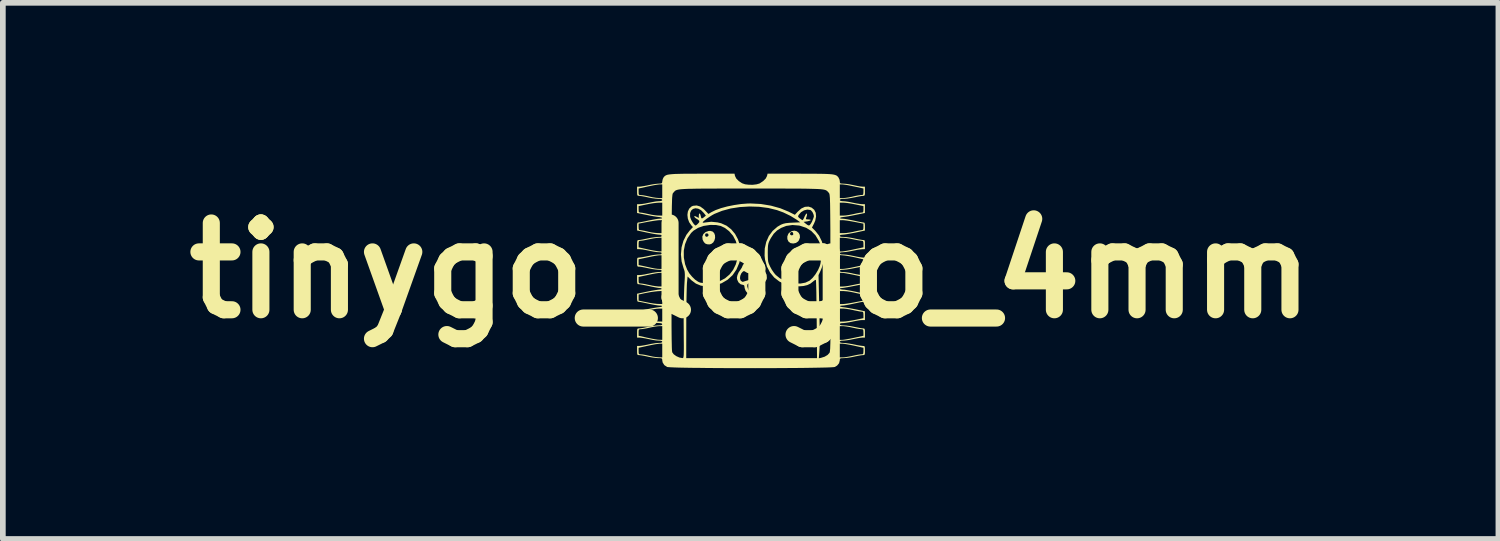
<source format=kicad_pcb>
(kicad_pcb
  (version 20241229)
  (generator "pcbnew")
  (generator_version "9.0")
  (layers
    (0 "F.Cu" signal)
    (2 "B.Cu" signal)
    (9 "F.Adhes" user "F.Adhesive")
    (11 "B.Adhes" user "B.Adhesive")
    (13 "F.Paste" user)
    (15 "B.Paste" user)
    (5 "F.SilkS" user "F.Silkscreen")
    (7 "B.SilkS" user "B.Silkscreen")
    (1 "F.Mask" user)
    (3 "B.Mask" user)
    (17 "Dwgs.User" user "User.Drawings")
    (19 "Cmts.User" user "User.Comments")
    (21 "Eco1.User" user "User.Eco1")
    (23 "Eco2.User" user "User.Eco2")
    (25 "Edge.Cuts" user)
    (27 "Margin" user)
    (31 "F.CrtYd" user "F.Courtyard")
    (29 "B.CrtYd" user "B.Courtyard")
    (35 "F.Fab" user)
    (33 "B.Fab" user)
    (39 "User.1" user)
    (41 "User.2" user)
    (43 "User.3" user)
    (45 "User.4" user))
  (footprint "tinygo_logo_4mm"
    (layer "F.Cu")
    (at 10.131 1.7)
    (property "Reference" "tinygo_logo_4mm" (at 0 0 0) (layer "F.SilkS") (effects (font (size 1.524 1.524) (thickness 0.3))))
    (attr board_only exclude_from_pos_files exclude_from_bom)
    (fp_poly (pts (xy 0.811 -0.689) (xy 0.844 -0.662) (xy 0.863 -0.625) (xy 0.866 -0.579) (xy 0.848 -0.531) (xy 0.833 -0.51) (xy 0.796 -0.484) (xy 0.748 -0.474) (xy 0.701 -0.481) (xy 0.7 -0.481) (xy 0.664 -0.509) (xy 0.645 -0.551) (xy 0.644 -0.598) (xy 0.661 -0.643) (xy 0.663 -0.646) (xy 0.69 -0.646) (xy 0.699 -0.625) (xy 0.724 -0.616) (xy 0.746 -0.626) (xy 0.749 -0.642) (xy 0.741 -0.67) (xy 0.721 -0.678) (xy 0.703 -0.669) (xy 0.69 -0.646) (xy 0.663 -0.646) (xy 0.677 -0.662) (xy 0.724 -0.693) (xy 0.77 -0.7)) (stroke (width 0) (type solid)) (fill yes) (layer "F.SilkS"))
    (fp_poly (pts (xy -0.669 -0.685) (xy -0.641 -0.658) (xy -0.626 -0.619) (xy -0.624 -0.574) (xy -0.635 -0.53) (xy -0.657 -0.492) (xy -0.692 -0.466) (xy -0.724 -0.458) (xy -0.765 -0.461) (xy -0.799 -0.475) (xy -0.823 -0.502) (xy -0.842 -0.539) (xy -0.843 -0.541) (xy -0.848 -0.594) (xy -0.837 -0.622) (xy -0.801 -0.622) (xy -0.792 -0.6) (xy -0.771 -0.591) (xy -0.766 -0.591) (xy -0.744 -0.607) (xy -0.739 -0.619) (xy -0.745 -0.642) (xy -0.765 -0.653) (xy -0.789 -0.648) (xy -0.792 -0.645) (xy -0.801 -0.622) (xy -0.837 -0.622) (xy -0.83 -0.64) (xy -0.793 -0.674) (xy -0.741 -0.693) (xy -0.711 -0.696)) (stroke (width 0) (type solid)) (fill yes) (layer "F.SilkS"))
    (fp_poly (pts (xy 0.063 -0.158) (xy 0.109 -0.145) (xy 0.144 -0.126) (xy 0.16 -0.104) (xy 0.161 -0.1) (xy 0.17 -0.08) (xy 0.193 -0.052) (xy 0.206 -0.039) (xy 0.254 0.016) (xy 0.281 0.075) (xy 0.285 0.133) (xy 0.28 0.156) (xy 0.254 0.201) (xy 0.215 0.225) (xy 0.19 0.228) (xy 0.173 0.233) (xy 0.163 0.252) (xy 0.155 0.292) (xy 0.155 0.294) (xy 0.144 0.344) (xy 0.123 0.377) (xy 0.112 0.387) (xy 0.072 0.406) (xy 0.023 0.414) (xy -0.024 0.411) (xy -0.055 0.398) (xy -0.088 0.357) (xy -0.106 0.306) (xy -0.107 0.289) (xy -0.112 0.268) (xy -0.06 0.268) (xy -0.058 0.285) (xy -0.044 0.33) (xy -0.026 0.357) (xy -0.008 0.363) (xy 0.007 0.348) (xy 0.013 0.31) (xy 0.013 0.304) (xy 0.011 0.279) (xy 0.04 0.279) (xy 0.042 0.328) (xy 0.048 0.354) (xy 0.059 0.361) (xy 0.083 0.352) (xy 0.09 0.345) (xy 0.1 0.323) (xy 0.108 0.29) (xy 0.114 0.255) (xy 0.115 0.226) (xy 0.111 0.214) (xy 0.111 0.214) (xy 0.091 0.211) (xy 0.07 0.206) (xy 0.054 0.203) (xy 0.045 0.21) (xy 0.041 0.231) (xy 0.04 0.274) (xy 0.04 0.279) (xy 0.011 0.279) (xy 0.009 0.253) (xy -0.002 0.225) (xy -0.023 0.22) (xy -0.038 0.226) (xy -0.057 0.243) (xy -0.06 0.268) (xy -0.112 0.268) (xy -0.114 0.261) (xy -0.127 0.254) (xy -0.175 0.242) (xy -0.213 0.209) (xy -0.236 0.161) (xy -0.24 0.135) (xy -0.187 0.135) (xy -0.178 0.171) (xy -0.164 0.186) (xy -0.145 0.197) (xy -0.141 0.2) (xy -0.129 0.197) (xy -0.098 0.187) (xy -0.058 0.175) (xy -0.007 0.16) (xy 0.035 0.155) (xy 0.082 0.159) (xy 0.112 0.163) (xy 0.173 0.17) (xy 0.213 0.165) (xy 0.234 0.147) (xy 0.241 0.116) (xy 0.241 0.115) (xy 0.234 0.081) (xy 0.216 0.045) (xy 0.192 0.015) (xy 0.167 -0.006) (xy 0.145 -0.011) (xy 0.136 -0.005) (xy 0.099 0.029) (xy 0.047 0.048) (xy -0.009 0.053) (xy -0.061 0.041) (xy -0.083 0.028) (xy -0.109 0.012) (xy -0.131 0.014) (xy -0.154 0.038) (xy -0.165 0.053) (xy -0.182 0.093) (xy -0.187 0.135) (xy -0.24 0.135) (xy -0.241 0.126) (xy -0.232 0.082) (xy -0.21 0.032) (xy -0.178 -0.015) (xy -0.174 -0.02) (xy -0.153 -0.054) (xy -0.142 -0.083) (xy -0.12 -0.12) (xy -0.078 -0.147) (xy -0.02 -0.162) (xy 0.013 -0.164)) (stroke (width 0) (type solid)) (fill yes) (layer "F.SilkS"))
    (fp_poly (pts (xy -0.275 -1.661) (xy -0.253 -1.616) (xy -0.209 -1.571) (xy -0.149 -1.531) (xy -0.147 -1.531) (xy -0.098 -1.514) (xy -0.033 -1.506) (xy 0.038 -1.505) (xy 0.104 -1.513) (xy 0.156 -1.528) (xy 0.161 -1.531) (xy 0.221 -1.571) (xy 0.265 -1.615) (xy 0.288 -1.66) (xy 0.288 -1.661) (xy 0.297 -1.7) (xy 0.865 -1.7) (xy 1.011 -1.699) (xy 1.133 -1.699) (xy 1.234 -1.698) (xy 1.315 -1.696) (xy 1.378 -1.693) (xy 1.427 -1.689) (xy 1.464 -1.683) (xy 1.491 -1.675) (xy 1.511 -1.666) (xy 1.526 -1.653) (xy 1.538 -1.639) (xy 1.544 -1.631) (xy 1.561 -1.594) (xy 1.566 -1.563) (xy 1.568 -1.54) (xy 1.578 -1.529) (xy 1.604 -1.526) (xy 1.629 -1.525) (xy 1.673 -1.522) (xy 1.731 -1.514) (xy 1.793 -1.502) (xy 1.807 -1.499) (xy 1.864 -1.487) (xy 1.917 -1.477) (xy 1.957 -1.473) (xy 1.964 -1.472) (xy 2.007 -1.472) (xy 2.007 -1.392) (xy 2.007 -1.347) (xy 2.003 -1.323) (xy 1.993 -1.313) (xy 1.977 -1.311) (xy 1.95 -1.309) (xy 1.905 -1.301) (xy 1.85 -1.29) (xy 1.826 -1.285) (xy 1.762 -1.273) (xy 1.699 -1.263) (xy 1.647 -1.259) (xy 1.636 -1.258) (xy 1.593 -1.256) (xy 1.571 -1.249) (xy 1.566 -1.238) (xy 1.574 -1.224) (xy 1.603 -1.218) (xy 1.623 -1.217) (xy 1.663 -1.214) (xy 1.718 -1.206) (xy 1.779 -1.194) (xy 1.793 -1.191) (xy 1.852 -1.179) (xy 1.908 -1.17) (xy 1.95 -1.165) (xy 1.957 -1.165) (xy 2.007 -1.164) (xy 2.007 -1.087) (xy 2.007 -1.01) (xy 1.85 -0.978) (xy 1.781 -0.964) (xy 1.716 -0.952) (xy 1.661 -0.944) (xy 1.629 -0.94) (xy 1.589 -0.933) (xy 1.569 -0.924) (xy 1.571 -0.916) (xy 1.596 -0.911) (xy 1.613 -0.91) (xy 1.646 -0.907) (xy 1.697 -0.899) (xy 1.759 -0.887) (xy 1.809 -0.877) (xy 1.871 -0.863) (xy 1.925 -0.852) (xy 1.965 -0.845) (xy 1.982 -0.843) (xy 1.997 -0.839) (xy 2.005 -0.823) (xy 2.007 -0.789) (xy 2.007 -0.773) (xy 2.007 -0.702) (xy 1.836 -0.665) (xy 1.766 -0.652) (xy 1.702 -0.64) (xy 1.65 -0.632) (xy 1.617 -0.629) (xy 1.615 -0.629) (xy 1.579 -0.625) (xy 1.566 -0.612) (xy 1.566 -0.609) (xy 1.572 -0.597) (xy 1.596 -0.591) (xy 1.639 -0.589) (xy 1.687 -0.586) (xy 1.75 -0.577) (xy 1.814 -0.565) (xy 1.827 -0.562) (xy 1.883 -0.55) (xy 1.933 -0.541) (xy 1.967 -0.536) (xy 1.974 -0.535) (xy 1.993 -0.534) (xy 2.003 -0.524) (xy 2.007 -0.501) (xy 2.007 -0.457) (xy 2.007 -0.375) (xy 1.964 -0.374) (xy 1.931 -0.371) (xy 1.881 -0.364) (xy 1.823 -0.352) (xy 1.801 -0.348) (xy 1.739 -0.336) (xy 1.68 -0.326) (xy 1.634 -0.322) (xy 1.623 -0.321) (xy 1.585 -0.318) (xy 1.568 -0.309) (xy 1.566 -0.301) (xy 1.573 -0.288) (xy 1.598 -0.282) (xy 1.632 -0.281) (xy 1.677 -0.278) (xy 1.737 -0.269) (xy 1.799 -0.257) (xy 1.813 -0.254) (xy 1.871 -0.242) (xy 1.923 -0.233) (xy 1.96 -0.228) (xy 1.968 -0.228) (xy 1.99 -0.226) (xy 2.002 -0.219) (xy 2.006 -0.199) (xy 2.007 -0.16) (xy 2.007 -0.147) (xy 2.007 -0.103) (xy 2.003 -0.079) (xy 1.993 -0.069) (xy 1.974 -0.067) (xy 1.971 -0.067) (xy 1.941 -0.064) (xy 1.894 -0.056) (xy 1.837 -0.045) (xy 1.814 -0.04) (xy 1.751 -0.028) (xy 1.69 -0.018) (xy 1.641 -0.014) (xy 1.63 -0.013) (xy 1.589 -0.011) (xy 1.569 -0.003) (xy 1.566 0.007) (xy 1.574 0.02) (xy 1.601 0.026) (xy 1.625 0.027) (xy 1.667 0.03) (xy 1.724 0.038) (xy 1.785 0.05) (xy 1.8 0.054) (xy 1.858 0.066) (xy 1.913 0.075) (xy 1.953 0.08) (xy 1.961 0.08) (xy 2.007 0.08) (xy 2.007 0.157) (xy 2.007 0.234) (xy 1.817 0.271) (xy 1.746 0.285) (xy 1.683 0.296) (xy 1.633 0.304) (xy 1.601 0.308) (xy 1.596 0.308) (xy 1.572 0.313) (xy 1.566 0.321) (xy 1.578 0.33) (xy 1.607 0.334) (xy 1.615 0.335) (xy 1.647 0.337) (xy 1.698 0.345) (xy 1.761 0.356) (xy 1.83 0.37) (xy 1.836 0.371) (xy 2.007 0.408) (xy 2.007 0.478) (xy 2.006 0.52) (xy 2 0.541) (xy 1.988 0.548) (xy 1.982 0.549) (xy 1.96 0.552) (xy 1.917 0.559) (xy 1.862 0.571) (xy 1.809 0.582) (xy 1.744 0.596) (xy 1.684 0.607) (xy 1.637 0.614) (xy 1.613 0.616) (xy 1.578 0.619) (xy 1.567 0.626) (xy 1.578 0.635) (xy 1.611 0.643) (xy 1.629 0.645) (xy 1.668 0.65) (xy 1.725 0.66) (xy 1.792 0.672) (xy 1.85 0.683) (xy 2.007 0.716) (xy 2.007 0.793) (xy 2.007 0.87) (xy 1.957 0.87) (xy 1.921 0.873) (xy 1.868 0.882) (xy 1.809 0.893) (xy 1.793 0.897) (xy 1.733 0.909) (xy 1.675 0.918) (xy 1.63 0.923) (xy 1.623 0.923) (xy 1.584 0.926) (xy 1.567 0.936) (xy 1.566 0.943) (xy 1.573 0.956) (xy 1.597 0.962) (xy 1.636 0.964) (xy 1.682 0.967) (xy 1.743 0.975) (xy 1.808 0.987) (xy 1.826 0.991) (xy 1.883 1.002) (xy 1.933 1.012) (xy 1.968 1.017) (xy 1.977 1.017) (xy 1.994 1.019) (xy 2.003 1.03) (xy 2.007 1.055) (xy 2.007 1.097) (xy 2.007 1.178) (xy 1.964 1.178) (xy 1.931 1.181) (xy 1.881 1.189) (xy 1.823 1.201) (xy 1.807 1.204) (xy 1.745 1.217) (xy 1.685 1.226) (xy 1.637 1.231) (xy 1.629 1.231) (xy 1.588 1.233) (xy 1.569 1.242) (xy 1.566 1.251) (xy 1.573 1.264) (xy 1.599 1.27) (xy 1.629 1.272) (xy 1.672 1.275) (xy 1.73 1.283) (xy 1.794 1.294) (xy 1.813 1.298) (xy 1.871 1.31) (xy 1.923 1.319) (xy 1.961 1.324) (xy 1.97 1.325) (xy 1.991 1.326) (xy 2.002 1.334) (xy 2.006 1.355) (xy 2.007 1.396) (xy 2.007 1.405) (xy 2.007 1.45) (xy 2.003 1.474) (xy 1.993 1.484) (xy 1.974 1.486) (xy 1.971 1.486) (xy 1.941 1.489) (xy 1.894 1.497) (xy 1.838 1.508) (xy 1.82 1.512) (xy 1.757 1.525) (xy 1.695 1.534) (xy 1.644 1.538) (xy 1.636 1.539) (xy 1.595 1.54) (xy 1.574 1.545) (xy 1.567 1.557) (xy 1.566 1.576) (xy 1.553 1.628) (xy 1.518 1.67) (xy 1.477 1.694) (xy 1.457 1.697) (xy 1.411 1.7) (xy 1.343 1.703) (xy 1.255 1.705) (xy 1.149 1.707) (xy 1.026 1.709) (xy 0.89 1.711) (xy 0.742 1.712) (xy 0.585 1.713) (xy 0.42 1.714) (xy 0.25 1.714) (xy 0.078 1.715) (xy -0.096 1.714) (xy -0.269 1.714) (xy -0.438 1.714) (xy -0.602 1.713) (xy -0.757 1.712) (xy -0.903 1.71) (xy -1.037 1.709) (xy -1.157 1.707) (xy -1.261 1.705) (xy -1.345 1.702) (xy -1.41 1.699) (xy -1.451 1.696) (xy -1.467 1.694) (xy -1.516 1.661) (xy -1.545 1.615) (xy -1.552 1.576) (xy -1.554 1.555) (xy -1.563 1.543) (xy -1.587 1.539) (xy -1.605 1.539) (xy -1.131 1.539) (xy 1.166 1.539) (xy 1.16 0.856) (xy 1.159 0.723) (xy 1.157 0.598) (xy 1.155 0.485) (xy 1.154 0.384) (xy 1.152 0.299) (xy 1.15 0.233) (xy 1.148 0.188) (xy 1.146 0.166) (xy 1.146 0.164) (xy 1.132 0.167) (xy 1.107 0.184) (xy 1.101 0.19) (xy 1.05 0.23) (xy 0.996 0.256) (xy 0.929 0.272) (xy 0.854 0.278) (xy 0.726 0.273) (xy 0.608 0.244) (xy 0.504 0.193) (xy 0.414 0.123) (xy 0.341 0.035) (xy 0.286 -0.07) (xy 0.253 -0.189) (xy 0.245 -0.261) (xy 0.246 -0.308) (xy 0.301 -0.308) (xy 0.302 -0.24) (xy 0.304 -0.191) (xy 0.309 -0.153) (xy 0.319 -0.12) (xy 0.335 -0.084) (xy 0.343 -0.067) (xy 0.373 -0.012) (xy 0.411 0.043) (xy 0.441 0.078) (xy 0.512 0.136) (xy 0.597 0.181) (xy 0.689 0.212) (xy 0.785 0.228) (xy 0.877 0.229) (xy 0.962 0.213) (xy 1.032 0.18) (xy 1.035 0.178) (xy 1.087 0.131) (xy 1.138 0.067) (xy 1.183 -0.007) (xy 1.212 -0.072) (xy 1.225 -0.116) (xy 1.233 -0.166) (xy 1.237 -0.232) (xy 1.238 -0.288) (xy 1.237 -0.355) (xy 1.235 -0.403) (xy 1.229 -0.44) (xy 1.218 -0.474) (xy 1.201 -0.512) (xy 1.196 -0.522) (xy 1.138 -0.619) (xy 1.064 -0.695) (xy 0.975 -0.75) (xy 0.867 -0.786) (xy 0.847 -0.79) (xy 0.734 -0.799) (xy 0.625 -0.783) (xy 0.536 -0.748) (xy 0.464 -0.703) (xy 0.405 -0.645) (xy 0.355 -0.569) (xy 0.337 -0.535) (xy 0.321 -0.501) (xy 0.311 -0.469) (xy 0.305 -0.434) (xy 0.302 -0.388) (xy 0.301 -0.323) (xy 0.301 -0.308) (xy 0.246 -0.308) (xy 0.248 -0.386) (xy 0.274 -0.502) (xy 0.32 -0.606) (xy 0.387 -0.696) (xy 0.471 -0.769) (xy 0.533 -0.805) (xy 0.572 -0.82) (xy 0.618 -0.831) (xy 0.676 -0.837) (xy 0.734 -0.84) (xy 0.872 -0.846) (xy 0.807 -0.893) (xy 0.702 -0.958) (xy 0.834 -0.958) (xy 0.835 -0.942) (xy 0.853 -0.923) (xy 0.864 -0.915) (xy 0.892 -0.894) (xy 0.91 -0.884) (xy 0.912 -0.883) (xy 0.922 -0.895) (xy 0.937 -0.923) (xy 0.945 -0.943) (xy 0.967 -0.985) (xy 0.983 -1.002) (xy 0.991 -0.994) (xy 0.988 -0.964) (xy 0.977 -0.931) (xy 0.971 -0.908) (xy 0.978 -0.899) (xy 1.007 -0.897) (xy 1.011 -0.897) (xy 1.046 -0.893) (xy 1.056 -0.886) (xy 1.043 -0.876) (xy 1.008 -0.866) (xy 0.994 -0.863) (xy 0.93 -0.854) (xy 0.968 -0.822) (xy 0.998 -0.8) (xy 1.023 -0.79) (xy 1.025 -0.79) (xy 1.041 -0.801) (xy 1.062 -0.83) (xy 1.078 -0.86) (xy 1.096 -0.903) (xy 1.108 -0.938) (xy 1.111 -0.954) (xy 1.103 -0.989) (xy 1.085 -1.027) (xy 1.061 -1.055) (xy 1.05 -1.062) (xy 0.996 -1.07) (xy 0.938 -1.056) (xy 0.885 -1.024) (xy 0.848 -0.982) (xy 0.834 -0.958) (xy 0.702 -0.958) (xy 0.7 -0.959) (xy 0.576 -1.019) (xy 0.461 -1.061) (xy 0.31 -1.098) (xy 0.148 -1.119) (xy -0.021 -1.124) (xy -0.189 -1.114) (xy -0.351 -1.089) (xy -0.502 -1.048) (xy -0.636 -0.994) (xy -0.679 -0.97) (xy -0.726 -0.94) (xy -0.772 -0.909) (xy -0.81 -0.879) (xy -0.836 -0.856) (xy -0.843 -0.844) (xy -0.832 -0.839) (xy -0.803 -0.842) (xy -0.793 -0.844) (xy -0.691 -0.856) (xy -0.581 -0.845) (xy -0.517 -0.829) (xy -0.423 -0.787) (xy -0.342 -0.724) (xy -0.274 -0.643) (xy -0.223 -0.549) (xy -0.189 -0.445) (xy -0.174 -0.335) (xy -0.179 -0.222) (xy -0.199 -0.135) (xy -0.249 -0.017) (xy -0.317 0.082) (xy -0.404 0.162) (xy -0.508 0.223) (xy -0.629 0.262) (xy -0.663 0.269) (xy -0.775 0.278) (xy -0.874 0.266) (xy -0.961 0.23) (xy -1.04 0.171) (xy -1.045 0.166) (xy -1.107 0.105) (xy -1.118 0.217) (xy -1.12 0.253) (xy -1.122 0.314) (xy -1.124 0.394) (xy -1.126 0.491) (xy -1.128 0.601) (xy -1.129 0.721) (xy -1.13 0.848) (xy -1.13 0.933) (xy -1.131 1.539) (xy -1.605 1.539) (xy -1.623 1.539) (xy -1.67 1.535) (xy -1.731 1.527) (xy -1.795 1.515) (xy -1.807 1.512) (xy -1.863 1.5) (xy -1.914 1.491) (xy -1.95 1.486) (xy -1.957 1.486) (xy -1.978 1.484) (xy -1.989 1.476) (xy -1.993 1.454) (xy -1.994 1.414) (xy -1.967 1.414) (xy -1.966 1.45) (xy -1.959 1.467) (xy -1.939 1.472) (xy -1.924 1.473) (xy -1.889 1.476) (xy -1.839 1.485) (xy -1.784 1.497) (xy -1.78 1.498) (xy -1.721 1.511) (xy -1.662 1.52) (xy -1.616 1.524) (xy -1.616 1.524) (xy -1.552 1.526) (xy -1.552 1.285) (xy -1.596 1.285) (xy -1.625 1.288) (xy -1.674 1.295) (xy -1.736 1.307) (xy -1.803 1.321) (xy -1.803 1.321) (xy -1.967 1.357) (xy -1.967 1.414) (xy -1.994 1.414) (xy -1.994 1.413) (xy -1.994 1.405) (xy -1.994 1.325) (xy -1.95 1.325) (xy -1.917 1.321) (xy -1.867 1.313) (xy -1.81 1.302) (xy -1.793 1.298) (xy -1.732 1.286) (xy -1.672 1.276) (xy -1.624 1.272) (xy -1.616 1.272) (xy -1.575 1.269) (xy -1.556 1.261) (xy -1.552 1.251) (xy -1.56 1.238) (xy -1.586 1.232) (xy -1.616 1.231) (xy -1.66 1.228) (xy -1.718 1.219) (xy -1.78 1.207) (xy -1.793 1.204) (xy -1.851 1.192) (xy -1.904 1.183) (xy -1.943 1.178) (xy -1.95 1.178) (xy -1.994 1.178) (xy -1.994 1.146) (xy -1.967 1.146) (xy -1.817 1.18) (xy -1.75 1.194) (xy -1.687 1.206) (xy -1.636 1.214) (xy -1.609 1.216) (xy -1.552 1.218) (xy -1.552 0.977) (xy -1.605 0.977) (xy -1.643 0.98) (xy -1.697 0.988) (xy -1.757 1) (xy -1.773 1.004) (xy -1.83 1.016) (xy -1.882 1.025) (xy -1.92 1.03) (xy -1.928 1.03) (xy -1.952 1.032) (xy -1.964 1.043) (xy -1.967 1.07) (xy -1.967 1.088) (xy -1.967 1.146) (xy -1.994 1.146) (xy -1.994 1.097) (xy -1.993 1.053) (xy -1.99 1.029) (xy -1.98 1.019) (xy -1.961 1.017) (xy -1.957 1.017) (xy -1.927 1.014) (xy -1.88 1.006) (xy -1.824 0.994) (xy -1.807 0.99) (xy -1.744 0.978) (xy -1.681 0.969) (xy -1.63 0.964) (xy -1.623 0.964) (xy -1.579 0.962) (xy -1.558 0.955) (xy -1.552 0.943) (xy -1.561 0.93) (xy -1.589 0.924) (xy -1.609 0.923) (xy -1.649 0.92) (xy -1.705 0.912) (xy -1.765 0.9) (xy -1.78 0.897) (xy -1.839 0.884) (xy -1.894 0.875) (xy -1.936 0.87) (xy -1.944 0.87) (xy -1.994 0.87) (xy -1.994 0.837) (xy -1.967 0.837) (xy -1.837 0.865) (xy -1.77 0.878) (xy -1.704 0.888) (xy -1.648 0.894) (xy -1.629 0.895) (xy -1.552 0.897) (xy -1.552 0.673) (xy -1.389 0.673) (xy -1.389 0.838) (xy -1.389 0.981) (xy -1.388 1.102) (xy -1.387 1.203) (xy -1.385 1.284) (xy -1.384 1.347) (xy -1.382 1.393) (xy -1.379 1.422) (xy -1.377 1.436) (xy -1.35 1.472) (xy -1.305 1.504) (xy -1.251 1.528) (xy -1.198 1.538) (xy -1.191 1.538) (xy -1.185 1.534) (xy -1.181 1.526) (xy -1.178 1.509) (xy -1.175 1.482) (xy -1.174 1.441) (xy -1.173 1.386) (xy -1.173 1.312) (xy -1.174 1.218) (xy -1.175 1.1) (xy -1.175 1.034) (xy -1.176 0.907) (xy -1.176 0.777) (xy -1.174 0.649) (xy -1.173 0.529) (xy -1.17 0.421) (xy -1.167 0.331) (xy -1.165 0.28) (xy -1.16 0.191) (xy -1.156 0.125) (xy -1.155 0.077) (xy -1.157 0.041) (xy -1.16 0.013) (xy -1.167 -0.011) (xy -1.176 -0.036) (xy -1.177 -0.038) (xy -1.212 -0.159) (xy -1.224 -0.284) (xy -1.218 -0.347) (xy -1.174 -0.347) (xy -1.173 -0.229) (xy -1.151 -0.11) (xy -1.115 -0.016) (xy -1.078 0.048) (xy -1.029 0.108) (xy -0.976 0.16) (xy -0.922 0.197) (xy -0.889 0.212) (xy -0.828 0.221) (xy -0.752 0.222) (xy -0.67 0.216) (xy -0.594 0.202) (xy -0.545 0.188) (xy -0.45 0.138) (xy -0.37 0.07) (xy -0.307 -0.012) (xy -0.261 -0.106) (xy -0.232 -0.207) (xy -0.222 -0.312) (xy -0.231 -0.416) (xy -0.26 -0.517) (xy -0.309 -0.61) (xy -0.379 -0.692) (xy -0.381 -0.693) (xy -0.451 -0.747) (xy -0.524 -0.782) (xy -0.608 -0.799) (xy -0.707 -0.8) (xy -0.718 -0.799) (xy -0.826 -0.783) (xy -0.922 -0.749) (xy -1.003 -0.699) (xy -1.045 -0.659) (xy -1.109 -0.567) (xy -1.152 -0.461) (xy -1.174 -0.347) (xy -1.218 -0.347) (xy -1.213 -0.406) (xy -1.18 -0.522) (xy -1.127 -0.628) (xy -1.07 -0.702) (xy -1.013 -0.763) (xy -1.041 -0.793) (xy -1.08 -0.849) (xy -1.103 -0.912) (xy -1.11 -0.976) (xy -1.106 -1.008) (xy -1.063 -1.008) (xy -1.063 -0.949) (xy -1.058 -0.926) (xy -1.044 -0.89) (xy -1.022 -0.851) (xy -0.998 -0.816) (xy -0.976 -0.794) (xy -0.967 -0.79) (xy -0.952 -0.798) (xy -0.929 -0.818) (xy -0.928 -0.819) (xy -0.903 -0.848) (xy -0.901 -0.871) (xy -0.924 -0.893) (xy -0.943 -0.904) (xy -0.973 -0.924) (xy -0.989 -0.943) (xy -0.99 -0.947) (xy -0.985 -0.956) (xy -0.965 -0.951) (xy -0.95 -0.943) (xy -0.91 -0.923) (xy -0.91 -0.963) (xy -0.906 -0.995) (xy -0.896 -1.002) (xy -0.884 -0.986) (xy -0.876 -0.957) (xy -0.867 -0.923) (xy -0.855 -0.913) (xy -0.834 -0.925) (xy -0.818 -0.937) (xy -0.786 -0.964) (xy -0.823 -1.011) (xy -0.871 -1.06) (xy -0.921 -1.086) (xy -0.97 -1.093) (xy -1.012 -1.081) (xy -1.045 -1.052) (xy -1.063 -1.008) (xy -1.106 -1.008) (xy -1.102 -1.036) (xy -1.078 -1.087) (xy -1.04 -1.123) (xy -1.011 -1.136) (xy -0.947 -1.142) (xy -0.886 -1.124) (xy -0.825 -1.08) (xy -0.802 -1.057) (xy -0.741 -0.993) (xy -0.69 -1.024) (xy -0.615 -1.061) (xy -0.52 -1.095) (xy -0.41 -1.125) (xy -0.291 -1.149) (xy -0.17 -1.167) (xy -0.053 -1.176) (xy 0 -1.177) (xy 0.179 -1.168) (xy 0.355 -1.139) (xy 0.521 -1.093) (xy 0.672 -1.031) (xy 0.673 -1.03) (xy 0.777 -0.978) (xy 0.827 -1.033) (xy 0.889 -1.088) (xy 0.953 -1.118) (xy 1.017 -1.122) (xy 1.071 -1.104) (xy 1.117 -1.066) (xy 1.143 -1.014) (xy 1.149 -0.949) (xy 1.135 -0.877) (xy 1.114 -0.827) (xy 1.077 -0.754) (xy 1.136 -0.695) (xy 1.201 -0.613) (xy 1.25 -0.513) (xy 1.282 -0.403) (xy 1.294 -0.288) (xy 1.286 -0.184) (xy 1.272 -0.119) (xy 1.25 -0.051) (xy 1.231 -0.003) (xy 1.192 0.081) (xy 1.206 0.673) (xy 1.209 0.815) (xy 1.211 0.95) (xy 1.212 1.074) (xy 1.213 1.184) (xy 1.212 1.277) (xy 1.211 1.349) (xy 1.208 1.399) (xy 1.208 1.403) (xy 1.197 1.541) (xy 1.235 1.534) (xy 1.26 1.526) (xy 1.566 1.526) (xy 1.619 1.526) (xy 1.657 1.523) (xy 1.711 1.514) (xy 1.77 1.503) (xy 1.787 1.499) (xy 1.844 1.487) (xy 1.896 1.477) (xy 1.933 1.472) (xy 1.941 1.472) (xy 1.966 1.47) (xy 1.977 1.459) (xy 1.98 1.433) (xy 1.981 1.414) (xy 1.981 1.357) (xy 1.817 1.32) (xy 1.75 1.306) (xy 1.688 1.295) (xy 1.639 1.287) (xy 1.609 1.284) (xy 1.566 1.285) (xy 1.566 1.526) (xy 1.26 1.526) (xy 1.299 1.514) (xy 1.351 1.483) (xy 1.384 1.447) (xy 1.386 1.444) (xy 1.389 1.435) (xy 1.392 1.42) (xy 1.394 1.398) (xy 1.397 1.367) (xy 1.398 1.326) (xy 1.4 1.273) (xy 1.401 1.207) (xy 1.402 1.126) (xy 1.403 1.028) (xy 1.403 0.977) (xy 1.566 0.977) (xy 1.566 1.218) (xy 1.609 1.218) (xy 1.639 1.215) (xy 1.688 1.207) (xy 1.749 1.196) (xy 1.816 1.182) (xy 1.816 1.182) (xy 1.981 1.146) (xy 1.981 1.088) (xy 1.979 1.052) (xy 1.972 1.035) (xy 1.954 1.031) (xy 1.941 1.03) (xy 1.91 1.027) (xy 1.862 1.019) (xy 1.806 1.007) (xy 1.791 1.004) (xy 1.731 0.991) (xy 1.674 0.982) (xy 1.629 0.977) (xy 1.623 0.977) (xy 1.566 0.977) (xy 1.403 0.977) (xy 1.403 0.913) (xy 1.403 0.778) (xy 1.403 0.669) (xy 1.566 0.669) (xy 1.566 0.897) (xy 1.629 0.897) (xy 1.67 0.894) (xy 1.727 0.886) (xy 1.793 0.875) (xy 1.837 0.867) (xy 1.981 0.837) (xy 1.981 0.78) (xy 1.979 0.744) (xy 1.971 0.727) (xy 1.954 0.723) (xy 1.948 0.723) (xy 1.92 0.72) (xy 1.875 0.711) (xy 1.82 0.7) (xy 1.804 0.696) (xy 1.743 0.683) (xy 1.683 0.674) (xy 1.636 0.669) (xy 1.629 0.669) (xy 1.566 0.669) (xy 1.403 0.669) (xy 1.403 0.623) (xy 1.403 0.445) (xy 1.403 0.361) (xy 1.566 0.361) (xy 1.566 0.589) (xy 1.616 0.589) (xy 1.649 0.587) (xy 1.701 0.58) (xy 1.764 0.57) (xy 1.823 0.559) (xy 1.98 0.529) (xy 1.981 0.472) (xy 1.979 0.435) (xy 1.97 0.419) (xy 1.955 0.415) (xy 1.93 0.412) (xy 1.888 0.404) (xy 1.835 0.392) (xy 1.818 0.388) (xy 1.755 0.375) (xy 1.693 0.366) (xy 1.642 0.362) (xy 1.636 0.361) (xy 1.566 0.361) (xy 1.403 0.361) (xy 1.403 0.281) (xy 1.566 0.281) (xy 1.623 0.281) (xy 1.662 0.278) (xy 1.718 0.27) (xy 1.779 0.258) (xy 1.799 0.254) (xy 1.856 0.242) (xy 1.906 0.233) (xy 1.941 0.228) (xy 1.95 0.228) (xy 1.969 0.224) (xy 1.978 0.21) (xy 1.981 0.178) (xy 1.981 0.17) (xy 1.981 0.113) (xy 1.81 0.076) (xy 1.742 0.062) (xy 1.681 0.051) (xy 1.633 0.043) (xy 1.604 0.04) (xy 1.603 0.04) (xy 1.566 0.04) (xy 1.566 0.281) (xy 1.403 0.281) (xy 1.403 0.243) (xy 1.402 0.035) (xy 1.401 -0.186) (xy 1.401 -0.271) (xy 1.566 -0.271) (xy 1.566 -0.027) (xy 1.613 -0.027) (xy 1.645 -0.03) (xy 1.695 -0.037) (xy 1.757 -0.048) (xy 1.815 -0.06) (xy 1.875 -0.073) (xy 1.926 -0.084) (xy 1.961 -0.091) (xy 1.975 -0.094) (xy 1.979 -0.106) (xy 1.981 -0.135) (xy 1.981 -0.145) (xy 1.981 -0.196) (xy 1.85 -0.227) (xy 1.784 -0.241) (xy 1.717 -0.253) (xy 1.661 -0.262) (xy 1.643 -0.264) (xy 1.566 -0.271) (xy 1.401 -0.271) (xy 1.401 -0.383) (xy 1.4 -0.555) (xy 1.4 -0.575) (xy 1.566 -0.575) (xy 1.566 -0.335) (xy 1.603 -0.334) (xy 1.629 -0.337) (xy 1.676 -0.344) (xy 1.736 -0.355) (xy 1.803 -0.369) (xy 1.81 -0.371) (xy 1.981 -0.407) (xy 1.981 -0.465) (xy 1.979 -0.501) (xy 1.971 -0.517) (xy 1.954 -0.522) (xy 1.95 -0.522) (xy 1.923 -0.525) (xy 1.879 -0.532) (xy 1.824 -0.543) (xy 1.799 -0.548) (xy 1.738 -0.561) (xy 1.679 -0.57) (xy 1.633 -0.575) (xy 1.623 -0.575) (xy 1.566 -0.575) (xy 1.4 -0.575) (xy 1.4 -0.656) (xy 1.566 -0.656) (xy 1.636 -0.656) (xy 1.684 -0.659) (xy 1.745 -0.668) (xy 1.808 -0.68) (xy 1.818 -0.683) (xy 1.872 -0.695) (xy 1.918 -0.704) (xy 1.949 -0.709) (xy 1.955 -0.709) (xy 1.971 -0.714) (xy 1.979 -0.732) (xy 1.981 -0.766) (xy 1.98 -0.823) (xy 1.823 -0.854) (xy 1.756 -0.866) (xy 1.694 -0.876) (xy 1.644 -0.882) (xy 1.616 -0.884) (xy 1.566 -0.883) (xy 1.566 -0.656) (xy 1.4 -0.656) (xy 1.4 -0.706) (xy 1.399 -0.836) (xy 1.398 -0.947) (xy 1.398 -0.964) (xy 1.566 -0.964) (xy 1.629 -0.964) (xy 1.673 -0.967) (xy 1.732 -0.976) (xy 1.793 -0.988) (xy 1.804 -0.99) (xy 1.859 -1.003) (xy 1.908 -1.012) (xy 1.942 -1.017) (xy 1.948 -1.017) (xy 1.969 -1.02) (xy 1.978 -1.033) (xy 1.981 -1.064) (xy 1.981 -1.074) (xy 1.981 -1.131) (xy 1.837 -1.161) (xy 1.77 -1.174) (xy 1.706 -1.184) (xy 1.654 -1.19) (xy 1.629 -1.191) (xy 1.566 -1.191) (xy 1.566 -0.964) (xy 1.398 -0.964) (xy 1.397 -1.041) (xy 1.396 -1.119) (xy 1.395 -1.182) (xy 1.393 -1.233) (xy 1.392 -1.271) (xy 1.566 -1.271) (xy 1.623 -1.271) (xy 1.663 -1.275) (xy 1.719 -1.283) (xy 1.779 -1.295) (xy 1.791 -1.298) (xy 1.847 -1.311) (xy 1.898 -1.32) (xy 1.935 -1.325) (xy 1.941 -1.325) (xy 1.966 -1.327) (xy 1.977 -1.338) (xy 1.98 -1.365) (xy 1.981 -1.383) (xy 1.981 -1.44) (xy 1.816 -1.476) (xy 1.749 -1.49) (xy 1.688 -1.502) (xy 1.639 -1.509) (xy 1.609 -1.512) (xy 1.566 -1.512) (xy 1.566 -1.271) (xy 1.392 -1.271) (xy 1.392 -1.273) (xy 1.389 -1.303) (xy 1.387 -1.325) (xy 1.384 -1.34) (xy 1.381 -1.351) (xy 1.377 -1.358) (xy 1.373 -1.364) (xy 1.372 -1.365) (xy 1.361 -1.377) (xy 1.352 -1.388) (xy 1.341 -1.397) (xy 1.329 -1.406) (xy 1.313 -1.413) (xy 1.292 -1.419) (xy 1.263 -1.424) (xy 1.226 -1.428) (xy 1.178 -1.431) (xy 1.118 -1.433) (xy 1.045 -1.435) (xy 0.956 -1.437) (xy 0.851 -1.438) (xy 0.727 -1.438) (xy 0.582 -1.439) (xy 0.416 -1.439) (xy 0.227 -1.439) (xy 0.012 -1.439) (xy 0.007 -1.439) (xy -0.209 -1.439) (xy -0.399 -1.439) (xy -0.565 -1.439) (xy -0.71 -1.438) (xy -0.835 -1.438) (xy -0.941 -1.437) (xy -1.03 -1.435) (xy -1.103 -1.434) (xy -1.163 -1.431) (xy -1.211 -1.428) (xy -1.249 -1.424) (xy -1.278 -1.419) (xy -1.299 -1.413) (xy -1.316 -1.406) (xy -1.328 -1.398) (xy -1.338 -1.388) (xy -1.347 -1.377) (xy -1.358 -1.365) (xy -1.358 -1.365) (xy -1.363 -1.36) (xy -1.367 -1.353) (xy -1.37 -1.343) (xy -1.373 -1.329) (xy -1.375 -1.309) (xy -1.378 -1.281) (xy -1.38 -1.244) (xy -1.381 -1.196) (xy -1.383 -1.135) (xy -1.384 -1.061) (xy -1.385 -0.971) (xy -1.385 -0.864) (xy -1.386 -0.739) (xy -1.387 -0.593) (xy -1.387 -0.426) (xy -1.388 -0.235) (xy -1.389 -0.019) (xy -1.389 0.032) (xy -1.389 0.271) (xy -1.389 0.484) (xy -1.389 0.673) (xy -1.552 0.673) (xy -1.552 0.669) (xy -1.612 0.669) (xy -1.654 0.672) (xy -1.71 0.681) (xy -1.772 0.692) (xy -1.787 0.696) (xy -1.843 0.708) (xy -1.892 0.717) (xy -1.927 0.722) (xy -1.934 0.723) (xy -1.955 0.725) (xy -1.965 0.739) (xy -1.967 0.769) (xy -1.967 0.78) (xy -1.967 0.837) (xy -1.994 0.837) (xy -1.994 0.793) (xy -1.994 0.716) (xy -1.837 0.683) (xy -1.768 0.67) (xy -1.702 0.658) (xy -1.647 0.649) (xy -1.616 0.645) (xy -1.575 0.639) (xy -1.555 0.63) (xy -1.557 0.621) (xy -1.583 0.616) (xy -1.6 0.616) (xy -1.633 0.613) (xy -1.683 0.605) (xy -1.745 0.593) (xy -1.796 0.582) (xy -1.858 0.569) (xy -1.912 0.558) (xy -1.951 0.551) (xy -1.969 0.549) (xy -1.984 0.545) (xy -1.991 0.529) (xy -1.994 0.494) (xy -1.994 0.478) (xy -1.994 0.422) (xy -1.967 0.422) (xy -1.967 0.475) (xy -1.967 0.529) (xy -1.83 0.557) (xy -1.764 0.57) (xy -1.698 0.58) (xy -1.644 0.586) (xy -1.623 0.587) (xy -1.552 0.589) (xy -1.552 0.359) (xy -1.636 0.364) (xy -1.689 0.37) (xy -1.756 0.379) (xy -1.824 0.392) (xy -1.843 0.395) (xy -1.967 0.422) (xy -1.994 0.422) (xy -1.994 0.408) (xy -1.817 0.371) (xy -1.747 0.357) (xy -1.683 0.346) (xy -1.632 0.338) (xy -1.599 0.334) (xy -1.596 0.334) (xy -1.566 0.331) (xy -1.552 0.322) (xy -1.552 0.321) (xy -1.564 0.312) (xy -1.592 0.308) (xy -1.593 0.308) (xy -1.623 0.305) (xy -1.671 0.297) (xy -1.731 0.285) (xy -1.782 0.274) (xy -1.845 0.261) (xy -1.901 0.25) (xy -1.943 0.243) (xy -1.962 0.241) (xy -1.98 0.239) (xy -1.989 0.229) (xy -1.993 0.205) (xy -1.994 0.17) (xy -1.967 0.17) (xy -1.966 0.206) (xy -1.958 0.223) (xy -1.94 0.228) (xy -1.93 0.228) (xy -1.9 0.231) (xy -1.853 0.239) (xy -1.798 0.251) (xy -1.787 0.253) (xy -1.726 0.266) (xy -1.667 0.275) (xy -1.62 0.28) (xy -1.616 0.28) (xy -1.552 0.281) (xy -1.552 0.04) (xy -1.589 0.04) (xy -1.616 0.043) (xy -1.663 0.05) (xy -1.723 0.061) (xy -1.79 0.075) (xy -1.797 0.077) (xy -1.967 0.113) (xy -1.967 0.17) (xy -1.994 0.17) (xy -1.994 0.161) (xy -1.994 0.08) (xy -1.948 0.08) (xy -1.913 0.077) (xy -1.862 0.069) (xy -1.804 0.057) (xy -1.787 0.054) (xy -1.726 0.041) (xy -1.667 0.032) (xy -1.621 0.027) (xy -1.612 0.027) (xy -1.573 0.024) (xy -1.555 0.015) (xy -1.552 0.007) (xy -1.56 -0.006) (xy -1.585 -0.012) (xy -1.619 -0.013) (xy -1.664 -0.017) (xy -1.723 -0.025) (xy -1.786 -0.037) (xy -1.8 -0.04) (xy -1.857 -0.052) (xy -1.909 -0.062) (xy -1.947 -0.067) (xy -1.954 -0.067) (xy -1.976 -0.068) (xy -1.988 -0.075) (xy -1.993 -0.096) (xy -1.967 -0.096) (xy -1.89 -0.08) (xy -1.831 -0.067) (xy -1.767 -0.053) (xy -1.74 -0.047) (xy -1.686 -0.036) (xy -1.632 -0.029) (xy -1.609 -0.028) (xy -1.552 -0.027) (xy -1.552 -0.268) (xy -1.596 -0.268) (xy -1.626 -0.265) (xy -1.675 -0.258) (xy -1.736 -0.246) (xy -1.803 -0.232) (xy -1.967 -0.197) (xy -1.967 -0.096) (xy -1.993 -0.096) (xy -1.993 -0.096) (xy -1.994 -0.135) (xy -1.994 -0.147) (xy -1.993 -0.192) (xy -1.99 -0.216) (xy -1.98 -0.225) (xy -1.96 -0.227) (xy -1.954 -0.228) (xy -1.923 -0.231) (xy -1.875 -0.239) (xy -1.818 -0.25) (xy -1.8 -0.254) (xy -1.738 -0.267) (xy -1.677 -0.276) (xy -1.627 -0.281) (xy -1.619 -0.281) (xy -1.577 -0.283) (xy -1.557 -0.291) (xy -1.552 -0.301) (xy -1.56 -0.314) (xy -1.587 -0.32) (xy -1.612 -0.321) (xy -1.654 -0.324) (xy -1.71 -0.333) (xy -1.772 -0.345) (xy -1.787 -0.348) (xy -1.845 -0.36) (xy -1.899 -0.37) (xy -1.94 -0.374) (xy -1.948 -0.375) (xy -1.994 -0.375) (xy -1.994 -0.407) (xy -1.967 -0.407) (xy -1.81 -0.372) (xy -1.743 -0.358) (xy -1.681 -0.347) (xy -1.631 -0.339) (xy -1.603 -0.336) (xy -1.552 -0.335) (xy -1.552 -0.575) (xy -1.609 -0.575) (xy -1.649 -0.572) (xy -1.705 -0.564) (xy -1.765 -0.552) (xy -1.78 -0.549) (xy -1.837 -0.537) (xy -1.887 -0.527) (xy -1.923 -0.523) (xy -1.93 -0.522) (xy -1.954 -0.52) (xy -1.964 -0.508) (xy -1.967 -0.479) (xy -1.967 -0.465) (xy -1.967 -0.407) (xy -1.994 -0.407) (xy -1.994 -0.455) (xy -1.993 -0.5) (xy -1.989 -0.524) (xy -1.98 -0.533) (xy -1.962 -0.535) (xy -1.961 -0.535) (xy -1.933 -0.538) (xy -1.888 -0.546) (xy -1.833 -0.558) (xy -1.813 -0.562) (xy -1.75 -0.575) (xy -1.686 -0.584) (xy -1.634 -0.589) (xy -1.625 -0.589) (xy -1.581 -0.591) (xy -1.559 -0.597) (xy -1.552 -0.609) (xy -1.563 -0.624) (xy -1.596 -0.629) (xy -1.625 -0.631) (xy -1.674 -0.638) (xy -1.736 -0.649) (xy -1.805 -0.663) (xy -1.817 -0.665) (xy -1.994 -0.703) (xy -1.994 -0.766) (xy -1.967 -0.766) (xy -1.965 -0.73) (xy -1.958 -0.713) (xy -1.94 -0.709) (xy -1.937 -0.709) (xy -1.91 -0.705) (xy -1.866 -0.697) (xy -1.813 -0.685) (xy -1.807 -0.683) (xy -1.745 -0.67) (xy -1.68 -0.661) (xy -1.629 -0.657) (xy -1.552 -0.656) (xy -1.552 -0.883) (xy -1.603 -0.884) (xy -1.636 -0.881) (xy -1.688 -0.874) (xy -1.751 -0.864) (xy -1.81 -0.854) (xy -1.967 -0.823) (xy -1.967 -0.766) (xy -1.994 -0.766) (xy -1.994 -0.773) (xy -1.993 -0.814) (xy -1.987 -0.836) (xy -1.975 -0.843) (xy -1.969 -0.843) (xy -1.946 -0.846) (xy -1.904 -0.854) (xy -1.848 -0.865) (xy -1.796 -0.877) (xy -1.731 -0.89) (xy -1.671 -0.901) (xy -1.624 -0.908) (xy -1.6 -0.91) (xy -1.565 -0.913) (xy -1.553 -0.921) (xy -1.565 -0.93) (xy -1.598 -0.938) (xy -1.616 -0.94) (xy -1.655 -0.945) (xy -1.712 -0.954) (xy -1.779 -0.966) (xy -1.837 -0.978) (xy -1.994 -1.01) (xy -1.994 -1.074) (xy -1.967 -1.074) (xy -1.966 -1.038) (xy -1.958 -1.022) (xy -1.94 -1.017) (xy -1.93 -1.017) (xy -1.9 -1.013) (xy -1.852 -1.004) (xy -1.799 -0.992) (xy -1.793 -0.991) (xy -1.733 -0.978) (xy -1.671 -0.969) (xy -1.623 -0.965) (xy -1.552 -0.964) (xy -1.552 -1.191) (xy -1.616 -1.191) (xy -1.656 -1.188) (xy -1.714 -1.181) (xy -1.779 -1.17) (xy -1.823 -1.161) (xy -1.967 -1.131) (xy -1.967 -1.074) (xy -1.994 -1.074) (xy -1.994 -1.087) (xy -1.994 -1.164) (xy -1.944 -1.165) (xy -1.907 -1.168) (xy -1.854 -1.176) (xy -1.795 -1.188) (xy -1.78 -1.191) (xy -1.72 -1.203) (xy -1.662 -1.213) (xy -1.617 -1.217) (xy -1.609 -1.217) (xy -1.571 -1.221) (xy -1.554 -1.231) (xy -1.552 -1.238) (xy -1.559 -1.25) (xy -1.584 -1.257) (xy -1.623 -1.258) (xy -1.67 -1.262) (xy -1.731 -1.27) (xy -1.795 -1.282) (xy -1.807 -1.285) (xy -1.863 -1.297) (xy -1.914 -1.306) (xy -1.95 -1.311) (xy -1.957 -1.311) (xy -1.978 -1.313) (xy -1.989 -1.321) (xy -1.993 -1.343) (xy -1.994 -1.383) (xy -1.967 -1.383) (xy -1.966 -1.347) (xy -1.959 -1.33) (xy -1.939 -1.325) (xy -1.924 -1.324) (xy -1.889 -1.321) (xy -1.839 -1.312) (xy -1.784 -1.3) (xy -1.78 -1.299) (xy -1.721 -1.286) (xy -1.662 -1.277) (xy -1.616 -1.273) (xy -1.616 -1.273) (xy -1.552 -1.271) (xy -1.552 -1.512) (xy -1.596 -1.512) (xy -1.625 -1.509) (xy -1.674 -1.502) (xy -1.736 -1.49) (xy -1.803 -1.476) (xy -1.803 -1.476) (xy -1.967 -1.44) (xy -1.967 -1.383) (xy -1.994 -1.383) (xy -1.994 -1.383) (xy -1.994 -1.392) (xy -1.994 -1.472) (xy -1.95 -1.472) (xy -1.917 -1.476) (xy -1.867 -1.484) (xy -1.81 -1.495) (xy -1.793 -1.499) (xy -1.732 -1.511) (xy -1.672 -1.52) (xy -1.624 -1.525) (xy -1.616 -1.525) (xy -1.578 -1.527) (xy -1.559 -1.533) (xy -1.553 -1.548) (xy -1.552 -1.563) (xy -1.544 -1.603) (xy -1.531 -1.631) (xy -1.519 -1.647) (xy -1.505 -1.66) (xy -1.488 -1.671) (xy -1.465 -1.68) (xy -1.433 -1.686) (xy -1.389 -1.691) (xy -1.333 -1.695) (xy -1.26 -1.697) (xy -1.169 -1.699) (xy -1.058 -1.699) (xy -0.923 -1.7) (xy -0.851 -1.7) (xy -0.283 -1.7)) (stroke (width 0) (type solid)) (fill yes) (layer "F.SilkS")))
  (gr_rect
    (start -3 -3)
    (end 23.262 6.414)
    (stroke (width 0.1) (type default))
    (fill no)
    (layer "Edge.Cuts")))
</source>
